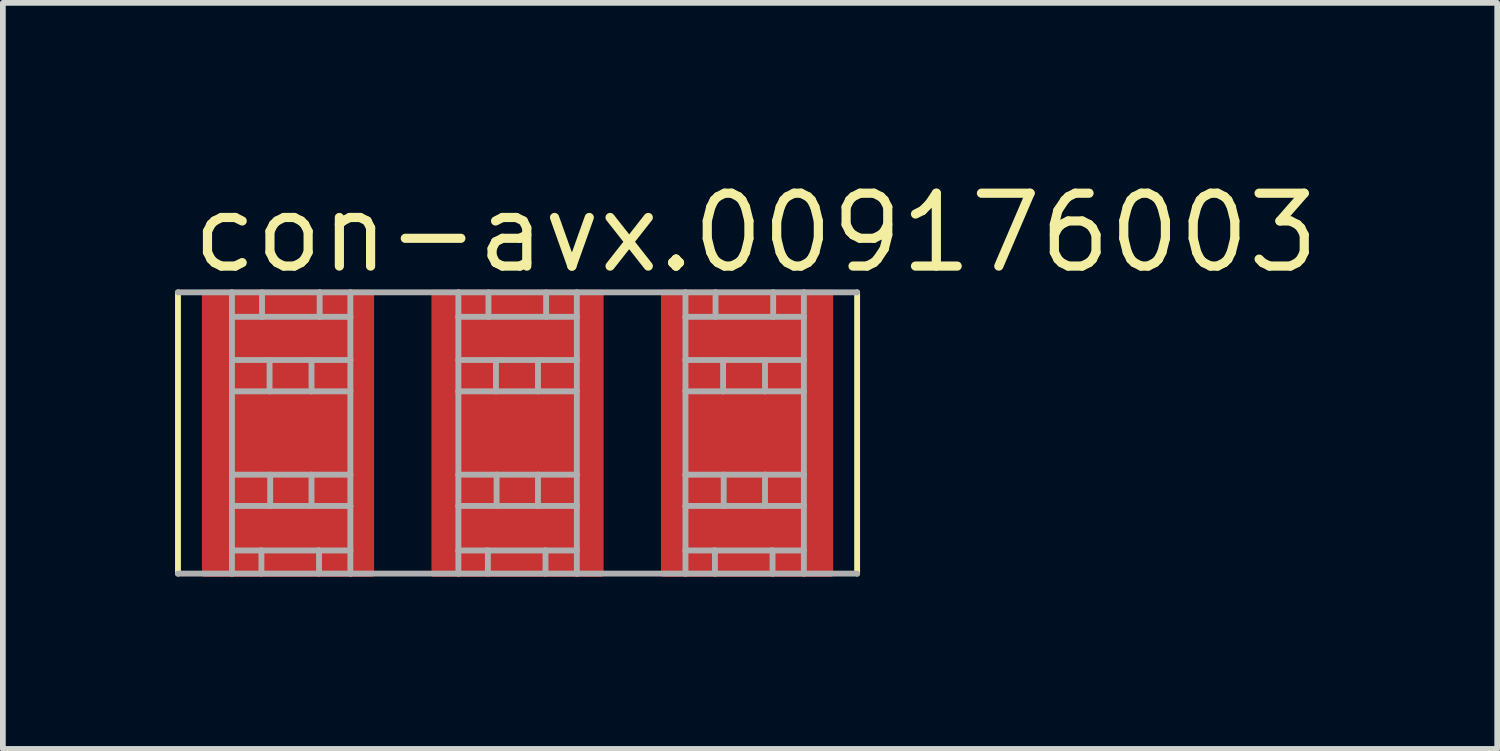
<source format=kicad_pcb>
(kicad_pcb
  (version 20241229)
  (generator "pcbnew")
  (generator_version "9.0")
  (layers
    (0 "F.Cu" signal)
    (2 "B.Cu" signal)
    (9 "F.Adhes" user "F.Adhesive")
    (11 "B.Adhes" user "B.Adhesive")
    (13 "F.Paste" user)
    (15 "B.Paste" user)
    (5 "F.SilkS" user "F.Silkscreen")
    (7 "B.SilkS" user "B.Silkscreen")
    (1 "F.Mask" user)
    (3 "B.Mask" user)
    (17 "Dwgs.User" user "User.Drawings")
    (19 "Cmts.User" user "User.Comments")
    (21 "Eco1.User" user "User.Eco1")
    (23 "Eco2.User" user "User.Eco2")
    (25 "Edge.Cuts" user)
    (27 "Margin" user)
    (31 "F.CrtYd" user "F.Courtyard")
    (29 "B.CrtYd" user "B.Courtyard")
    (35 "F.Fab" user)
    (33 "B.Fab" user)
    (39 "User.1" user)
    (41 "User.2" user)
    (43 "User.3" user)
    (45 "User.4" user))
  (footprint "con-avx.009176003"
    (layer "F.Cu")
    (at 5.968 4.5)
    (property "Reference" "con-avx.009176003" (at -5.75 -2.75 0) (layer "F.SilkS") (effects (font (size 1.27 1.27) (thickness 0.16)) (justify left bottom)))
    (attr smd)
    (fp_line (start -5.917 2.445) (end -5.917 -2.456) (stroke (width 0.102) (type default)) (layer "F.SilkS"))
    (fp_line (start 5.917 -2.456) (end 5.917 2.445) (stroke (width 0.102) (type default)) (layer "F.SilkS"))
    (fp_line (start -5.917 -2.456) (end -4.976 -2.456) (stroke (width 0.102) (type default)) (layer "F.Fab"))
    (fp_line (start -4.976 -2.456) (end -3.448 -2.456) (stroke (width 0.102) (type default)) (layer "F.Fab"))
    (fp_line (start -4.976 -2.03) (end -4.976 -2.456) (stroke (width 0.102) (type default)) (layer "F.Fab"))
    (fp_line (start -4.976 -1.277) (end -4.976 -2.03) (stroke (width 0.102) (type default)) (layer "F.Fab"))
    (fp_line (start -4.976 -0.731) (end -4.976 -1.277) (stroke (width 0.102) (type default)) (layer "F.Fab"))
    (fp_line (start -4.976 -0.731) (end -4.321 -0.731) (stroke (width 0.102) (type default)) (layer "F.Fab"))
    (fp_line (start -4.976 0.721) (end -4.976 -0.731) (stroke (width 0.102) (type default)) (layer "F.Fab"))
    (fp_line (start -4.976 1.266) (end -4.976 0.721) (stroke (width 0.102) (type default)) (layer "F.Fab"))
    (fp_line (start -4.976 1.266) (end -4.31 1.266) (stroke (width 0.102) (type default)) (layer "F.Fab"))
    (fp_line (start -4.976 2.042) (end -4.976 1.266) (stroke (width 0.102) (type default)) (layer "F.Fab"))
    (fp_line (start -4.976 2.042) (end -4.474 2.042) (stroke (width 0.102) (type default)) (layer "F.Fab"))
    (fp_line (start -4.976 2.445) (end -5.917 2.445) (stroke (width 0.102) (type default)) (layer "F.Fab"))
    (fp_line (start -4.976 2.445) (end -4.976 2.042) (stroke (width 0.102) (type default)) (layer "F.Fab"))
    (fp_line (start -4.474 2.042) (end -4.463 2.042) (stroke (width 0.102) (type default)) (layer "F.Fab"))
    (fp_line (start -4.474 2.042) (end -3.47 2.042) (stroke (width 0.102) (type default)) (layer "F.Fab"))
    (fp_line (start -4.463 2.042) (end -4.463 2.445) (stroke (width 0.102) (type default)) (layer "F.Fab"))
    (fp_line (start -4.452 -2.03) (end -4.976 -2.03) (stroke (width 0.102) (type default)) (layer "F.Fab"))
    (fp_line (start -4.452 -2.03) (end -4.452 -2.456) (stroke (width 0.102) (type default)) (layer "F.Fab"))
    (fp_line (start -4.321 -1.277) (end -4.976 -1.277) (stroke (width 0.102) (type default)) (layer "F.Fab"))
    (fp_line (start -4.321 -0.731) (end -4.321 -1.277) (stroke (width 0.102) (type default)) (layer "F.Fab"))
    (fp_line (start -4.321 -0.731) (end -3.59 -0.731) (stroke (width 0.102) (type default)) (layer "F.Fab"))
    (fp_line (start -4.31 0.721) (end -4.976 0.721) (stroke (width 0.102) (type default)) (layer "F.Fab"))
    (fp_line (start -4.31 1.266) (end -4.31 0.721) (stroke (width 0.102) (type default)) (layer "F.Fab"))
    (fp_line (start -4.31 1.266) (end -3.59 1.266) (stroke (width 0.102) (type default)) (layer "F.Fab"))
    (fp_line (start -3.59 -1.277) (end -4.321 -1.277) (stroke (width 0.102) (type default)) (layer "F.Fab"))
    (fp_line (start -3.59 -0.731) (end -3.59 -1.277) (stroke (width 0.102) (type default)) (layer "F.Fab"))
    (fp_line (start -3.59 -0.731) (end -2.913 -0.731) (stroke (width 0.102) (type default)) (layer "F.Fab"))
    (fp_line (start -3.59 0.721) (end -4.31 0.721) (stroke (width 0.102) (type default)) (layer "F.Fab"))
    (fp_line (start -3.59 1.266) (end -3.59 0.721) (stroke (width 0.102) (type default)) (layer "F.Fab"))
    (fp_line (start -3.59 1.266) (end -2.913 1.266) (stroke (width 0.102) (type default)) (layer "F.Fab"))
    (fp_line (start -3.47 2.042) (end -3.459 2.042) (stroke (width 0.102) (type default)) (layer "F.Fab"))
    (fp_line (start -3.47 2.042) (end -2.913 2.042) (stroke (width 0.102) (type default)) (layer "F.Fab"))
    (fp_line (start -3.459 2.042) (end -3.459 2.445) (stroke (width 0.102) (type default)) (layer "F.Fab"))
    (fp_line (start -3.448 -2.456) (end -2.913 -2.456) (stroke (width 0.102) (type default)) (layer "F.Fab"))
    (fp_line (start -3.448 -2.03) (end -4.452 -2.03) (stroke (width 0.102) (type default)) (layer "F.Fab"))
    (fp_line (start -3.448 -2.03) (end -3.448 -2.456) (stroke (width 0.102) (type default)) (layer "F.Fab"))
    (fp_line (start -2.913 -2.456) (end -1.031 -2.456) (stroke (width 0.102) (type default)) (layer "F.Fab"))
    (fp_line (start -2.913 -2.03) (end -3.448 -2.03) (stroke (width 0.102) (type default)) (layer "F.Fab"))
    (fp_line (start -2.913 -2.03) (end -2.913 -2.456) (stroke (width 0.102) (type default)) (layer "F.Fab"))
    (fp_line (start -2.913 -1.277) (end -3.59 -1.277) (stroke (width 0.102) (type default)) (layer "F.Fab"))
    (fp_line (start -2.913 -1.277) (end -2.913 -2.03) (stroke (width 0.102) (type default)) (layer "F.Fab"))
    (fp_line (start -2.913 -0.731) (end -2.913 -1.277) (stroke (width 0.102) (type default)) (layer "F.Fab"))
    (fp_line (start -2.913 0.721) (end -3.59 0.721) (stroke (width 0.102) (type default)) (layer "F.Fab"))
    (fp_line (start -2.913 0.721) (end -2.913 -0.731) (stroke (width 0.102) (type default)) (layer "F.Fab"))
    (fp_line (start -2.913 1.266) (end -2.913 0.721) (stroke (width 0.102) (type default)) (layer "F.Fab"))
    (fp_line (start -2.913 2.042) (end -2.913 1.266) (stroke (width 0.102) (type default)) (layer "F.Fab"))
    (fp_line (start -2.913 2.445) (end -4.976 2.445) (stroke (width 0.102) (type default)) (layer "F.Fab"))
    (fp_line (start -2.913 2.445) (end -2.913 2.042) (stroke (width 0.102) (type default)) (layer "F.Fab"))
    (fp_line (start -1.031 -2.456) (end 1.033 -2.456) (stroke (width 0.102) (type default)) (layer "F.Fab"))
    (fp_line (start -1.031 -2.03) (end -1.031 -2.456) (stroke (width 0.102) (type default)) (layer "F.Fab"))
    (fp_line (start -1.031 -1.277) (end -1.031 -2.03) (stroke (width 0.102) (type default)) (layer "F.Fab"))
    (fp_line (start -1.031 -0.731) (end -1.031 -1.277) (stroke (width 0.102) (type default)) (layer "F.Fab"))
    (fp_line (start -1.031 -0.731) (end -0.376 -0.731) (stroke (width 0.102) (type default)) (layer "F.Fab"))
    (fp_line (start -1.031 0.721) (end -1.031 -0.731) (stroke (width 0.102) (type default)) (layer "F.Fab"))
    (fp_line (start -1.031 1.266) (end -1.031 0.721) (stroke (width 0.102) (type default)) (layer "F.Fab"))
    (fp_line (start -1.031 1.266) (end -0.365 1.266) (stroke (width 0.102) (type default)) (layer "F.Fab"))
    (fp_line (start -1.031 2.042) (end -1.031 1.266) (stroke (width 0.102) (type default)) (layer "F.Fab"))
    (fp_line (start -1.031 2.042) (end -0.528 2.042) (stroke (width 0.102) (type default)) (layer "F.Fab"))
    (fp_line (start -1.031 2.445) (end -2.913 2.445) (stroke (width 0.102) (type default)) (layer "F.Fab"))
    (fp_line (start -1.031 2.445) (end -1.031 2.042) (stroke (width 0.102) (type default)) (layer "F.Fab"))
    (fp_line (start -0.528 2.042) (end -0.517 2.042) (stroke (width 0.102) (type default)) (layer "F.Fab"))
    (fp_line (start -0.528 2.042) (end 0.476 2.042) (stroke (width 0.102) (type default)) (layer "F.Fab"))
    (fp_line (start -0.517 2.042) (end -0.517 2.445) (stroke (width 0.102) (type default)) (layer "F.Fab"))
    (fp_line (start -0.507 -2.03) (end -1.031 -2.03) (stroke (width 0.102) (type default)) (layer "F.Fab"))
    (fp_line (start -0.507 -2.03) (end -0.507 -2.456) (stroke (width 0.102) (type default)) (layer "F.Fab"))
    (fp_line (start -0.376 -1.277) (end -1.031 -1.277) (stroke (width 0.102) (type default)) (layer "F.Fab"))
    (fp_line (start -0.376 -0.731) (end -0.376 -1.277) (stroke (width 0.102) (type default)) (layer "F.Fab"))
    (fp_line (start -0.376 -0.731) (end 0.356 -0.731) (stroke (width 0.102) (type default)) (layer "F.Fab"))
    (fp_line (start -0.365 0.721) (end -1.031 0.721) (stroke (width 0.102) (type default)) (layer "F.Fab"))
    (fp_line (start -0.365 1.266) (end -0.365 0.721) (stroke (width 0.102) (type default)) (layer "F.Fab"))
    (fp_line (start -0.365 1.266) (end 0.356 1.266) (stroke (width 0.102) (type default)) (layer "F.Fab"))
    (fp_line (start 0.356 -1.277) (end -0.376 -1.277) (stroke (width 0.102) (type default)) (layer "F.Fab"))
    (fp_line (start 0.356 -0.731) (end 0.356 -1.277) (stroke (width 0.102) (type default)) (layer "F.Fab"))
    (fp_line (start 0.356 -0.731) (end 1.033 -0.731) (stroke (width 0.102) (type default)) (layer "F.Fab"))
    (fp_line (start 0.356 0.721) (end -0.365 0.721) (stroke (width 0.102) (type default)) (layer "F.Fab"))
    (fp_line (start 0.356 1.266) (end 0.356 0.721) (stroke (width 0.102) (type default)) (layer "F.Fab"))
    (fp_line (start 0.356 1.266) (end 1.033 1.266) (stroke (width 0.102) (type default)) (layer "F.Fab"))
    (fp_line (start 0.476 2.042) (end 0.487 2.042) (stroke (width 0.102) (type default)) (layer "F.Fab"))
    (fp_line (start 0.476 2.042) (end 1.033 2.042) (stroke (width 0.102) (type default)) (layer "F.Fab"))
    (fp_line (start 0.487 2.042) (end 0.487 2.445) (stroke (width 0.102) (type default)) (layer "F.Fab"))
    (fp_line (start 0.498 -2.03) (end -0.507 -2.03) (stroke (width 0.102) (type default)) (layer "F.Fab"))
    (fp_line (start 0.498 -2.03) (end 0.498 -2.456) (stroke (width 0.102) (type default)) (layer "F.Fab"))
    (fp_line (start 1.033 -2.456) (end 2.926 -2.456) (stroke (width 0.102) (type default)) (layer "F.Fab"))
    (fp_line (start 1.033 -2.03) (end 0.498 -2.03) (stroke (width 0.102) (type default)) (layer "F.Fab"))
    (fp_line (start 1.033 -2.03) (end 1.033 -2.456) (stroke (width 0.102) (type default)) (layer "F.Fab"))
    (fp_line (start 1.033 -1.277) (end 0.356 -1.277) (stroke (width 0.102) (type default)) (layer "F.Fab"))
    (fp_line (start 1.033 -1.277) (end 1.033 -2.03) (stroke (width 0.102) (type default)) (layer "F.Fab"))
    (fp_line (start 1.033 -0.731) (end 1.033 -1.277) (stroke (width 0.102) (type default)) (layer "F.Fab"))
    (fp_line (start 1.033 0.721) (end 0.356 0.721) (stroke (width 0.102) (type default)) (layer "F.Fab"))
    (fp_line (start 1.033 0.721) (end 1.033 -0.731) (stroke (width 0.102) (type default)) (layer "F.Fab"))
    (fp_line (start 1.033 1.266) (end 1.033 0.721) (stroke (width 0.102) (type default)) (layer "F.Fab"))
    (fp_line (start 1.033 2.042) (end 1.033 1.266) (stroke (width 0.102) (type default)) (layer "F.Fab"))
    (fp_line (start 1.033 2.445) (end -1.031 2.445) (stroke (width 0.102) (type default)) (layer "F.Fab"))
    (fp_line (start 1.033 2.445) (end 1.033 2.042) (stroke (width 0.102) (type default)) (layer "F.Fab"))
    (fp_line (start 2.926 -2.456) (end 3.45 -2.456) (stroke (width 0.102) (type default)) (layer "F.Fab"))
    (fp_line (start 2.926 -2.03) (end 2.926 -2.456) (stroke (width 0.102) (type default)) (layer "F.Fab"))
    (fp_line (start 2.926 -1.277) (end 2.926 -2.03) (stroke (width 0.102) (type default)) (layer "F.Fab"))
    (fp_line (start 2.926 -0.731) (end 2.926 -1.277) (stroke (width 0.102) (type default)) (layer "F.Fab"))
    (fp_line (start 2.926 -0.731) (end 3.581 -0.731) (stroke (width 0.102) (type default)) (layer "F.Fab"))
    (fp_line (start 2.926 0.721) (end 2.926 -0.731) (stroke (width 0.102) (type default)) (layer "F.Fab"))
    (fp_line (start 2.926 1.266) (end 2.926 0.721) (stroke (width 0.102) (type default)) (layer "F.Fab"))
    (fp_line (start 2.926 1.266) (end 3.592 1.266) (stroke (width 0.102) (type default)) (layer "F.Fab"))
    (fp_line (start 2.926 2.042) (end 2.926 1.266) (stroke (width 0.102) (type default)) (layer "F.Fab"))
    (fp_line (start 2.926 2.042) (end 3.428 2.042) (stroke (width 0.102) (type default)) (layer "F.Fab"))
    (fp_line (start 2.926 2.445) (end 1.033 2.445) (stroke (width 0.102) (type default)) (layer "F.Fab"))
    (fp_line (start 2.926 2.445) (end 2.926 2.042) (stroke (width 0.102) (type default)) (layer "F.Fab"))
    (fp_line (start 3.428 2.042) (end 3.439 2.042) (stroke (width 0.102) (type default)) (layer "F.Fab"))
    (fp_line (start 3.428 2.042) (end 4.432 2.042) (stroke (width 0.102) (type default)) (layer "F.Fab"))
    (fp_line (start 3.439 2.042) (end 3.439 2.445) (stroke (width 0.102) (type default)) (layer "F.Fab"))
    (fp_line (start 3.439 2.445) (end 2.926 2.445) (stroke (width 0.102) (type default)) (layer "F.Fab"))
    (fp_line (start 3.45 -2.456) (end 4.454 -2.456) (stroke (width 0.102) (type default)) (layer "F.Fab"))
    (fp_line (start 3.45 -2.03) (end 2.926 -2.03) (stroke (width 0.102) (type default)) (layer "F.Fab"))
    (fp_line (start 3.45 -2.03) (end 3.45 -2.456) (stroke (width 0.102) (type default)) (layer "F.Fab"))
    (fp_line (start 3.581 -1.277) (end 2.926 -1.277) (stroke (width 0.102) (type default)) (layer "F.Fab"))
    (fp_line (start 3.581 -0.731) (end 3.581 -1.277) (stroke (width 0.102) (type default)) (layer "F.Fab"))
    (fp_line (start 3.581 -0.731) (end 4.312 -0.731) (stroke (width 0.102) (type default)) (layer "F.Fab"))
    (fp_line (start 3.592 0.721) (end 2.926 0.721) (stroke (width 0.102) (type default)) (layer "F.Fab"))
    (fp_line (start 3.592 1.266) (end 3.592 0.721) (stroke (width 0.102) (type default)) (layer "F.Fab"))
    (fp_line (start 3.592 1.266) (end 4.312 1.266) (stroke (width 0.102) (type default)) (layer "F.Fab"))
    (fp_line (start 4.312 -1.277) (end 3.581 -1.277) (stroke (width 0.102) (type default)) (layer "F.Fab"))
    (fp_line (start 4.312 -0.731) (end 4.312 -1.277) (stroke (width 0.102) (type default)) (layer "F.Fab"))
    (fp_line (start 4.312 -0.731) (end 4.989 -0.731) (stroke (width 0.102) (type default)) (layer "F.Fab"))
    (fp_line (start 4.312 0.721) (end 3.592 0.721) (stroke (width 0.102) (type default)) (layer "F.Fab"))
    (fp_line (start 4.312 1.266) (end 4.312 0.721) (stroke (width 0.102) (type default)) (layer "F.Fab"))
    (fp_line (start 4.312 1.266) (end 4.989 1.266) (stroke (width 0.102) (type default)) (layer "F.Fab"))
    (fp_line (start 4.432 2.042) (end 4.443 2.042) (stroke (width 0.102) (type default)) (layer "F.Fab"))
    (fp_line (start 4.432 2.042) (end 4.989 2.042) (stroke (width 0.102) (type default)) (layer "F.Fab"))
    (fp_line (start 4.443 2.042) (end 4.443 2.445) (stroke (width 0.102) (type default)) (layer "F.Fab"))
    (fp_line (start 4.443 2.445) (end 3.439 2.445) (stroke (width 0.102) (type default)) (layer "F.Fab"))
    (fp_line (start 4.454 -2.456) (end 4.989 -2.456) (stroke (width 0.102) (type default)) (layer "F.Fab"))
    (fp_line (start 4.454 -2.03) (end 3.45 -2.03) (stroke (width 0.102) (type default)) (layer "F.Fab"))
    (fp_line (start 4.454 -2.03) (end 4.454 -2.456) (stroke (width 0.102) (type default)) (layer "F.Fab"))
    (fp_line (start 4.989 -2.456) (end 5.917 -2.456) (stroke (width 0.102) (type default)) (layer "F.Fab"))
    (fp_line (start 4.989 -2.03) (end 4.454 -2.03) (stroke (width 0.102) (type default)) (layer "F.Fab"))
    (fp_line (start 4.989 -2.03) (end 4.989 -2.456) (stroke (width 0.102) (type default)) (layer "F.Fab"))
    (fp_line (start 4.989 -1.277) (end 4.312 -1.277) (stroke (width 0.102) (type default)) (layer "F.Fab"))
    (fp_line (start 4.989 -1.277) (end 4.989 -2.03) (stroke (width 0.102) (type default)) (layer "F.Fab"))
    (fp_line (start 4.989 -0.731) (end 4.989 -1.277) (stroke (width 0.102) (type default)) (layer "F.Fab"))
    (fp_line (start 4.989 0.721) (end 4.312 0.721) (stroke (width 0.102) (type default)) (layer "F.Fab"))
    (fp_line (start 4.989 0.721) (end 4.989 -0.731) (stroke (width 0.102) (type default)) (layer "F.Fab"))
    (fp_line (start 4.989 1.266) (end 4.989 0.721) (stroke (width 0.102) (type default)) (layer "F.Fab"))
    (fp_line (start 4.989 2.042) (end 4.989 1.266) (stroke (width 0.102) (type default)) (layer "F.Fab"))
    (fp_line (start 4.989 2.445) (end 4.443 2.445) (stroke (width 0.102) (type default)) (layer "F.Fab"))
    (fp_line (start 4.989 2.445) (end 4.989 2.042) (stroke (width 0.102) (type default)) (layer "F.Fab"))
    (fp_line (start 5.917 2.445) (end 4.989 2.445) (stroke (width 0.102) (type default)) (layer "F.Fab"))
    (pad "1" smd roundrect (at -4 0) (size 3 5) (layers "F.Cu" "F.Mask" "F.Paste") (roundrect_rratio 0.01))
    (pad "2" smd roundrect (at 0 0) (size 3 5) (layers "F.Cu" "F.Mask" "F.Paste") (roundrect_rratio 0.01))
    (pad "3" smd roundrect (at 4 0) (size 3 5) (layers "F.Cu" "F.Mask" "F.Paste") (roundrect_rratio 0.01)))
  (gr_rect
    (start -3 -3)
    (end 23.038 10)
    (stroke (width 0.1) (type default))
    (fill no)
    (layer "Edge.Cuts")))
</source>
